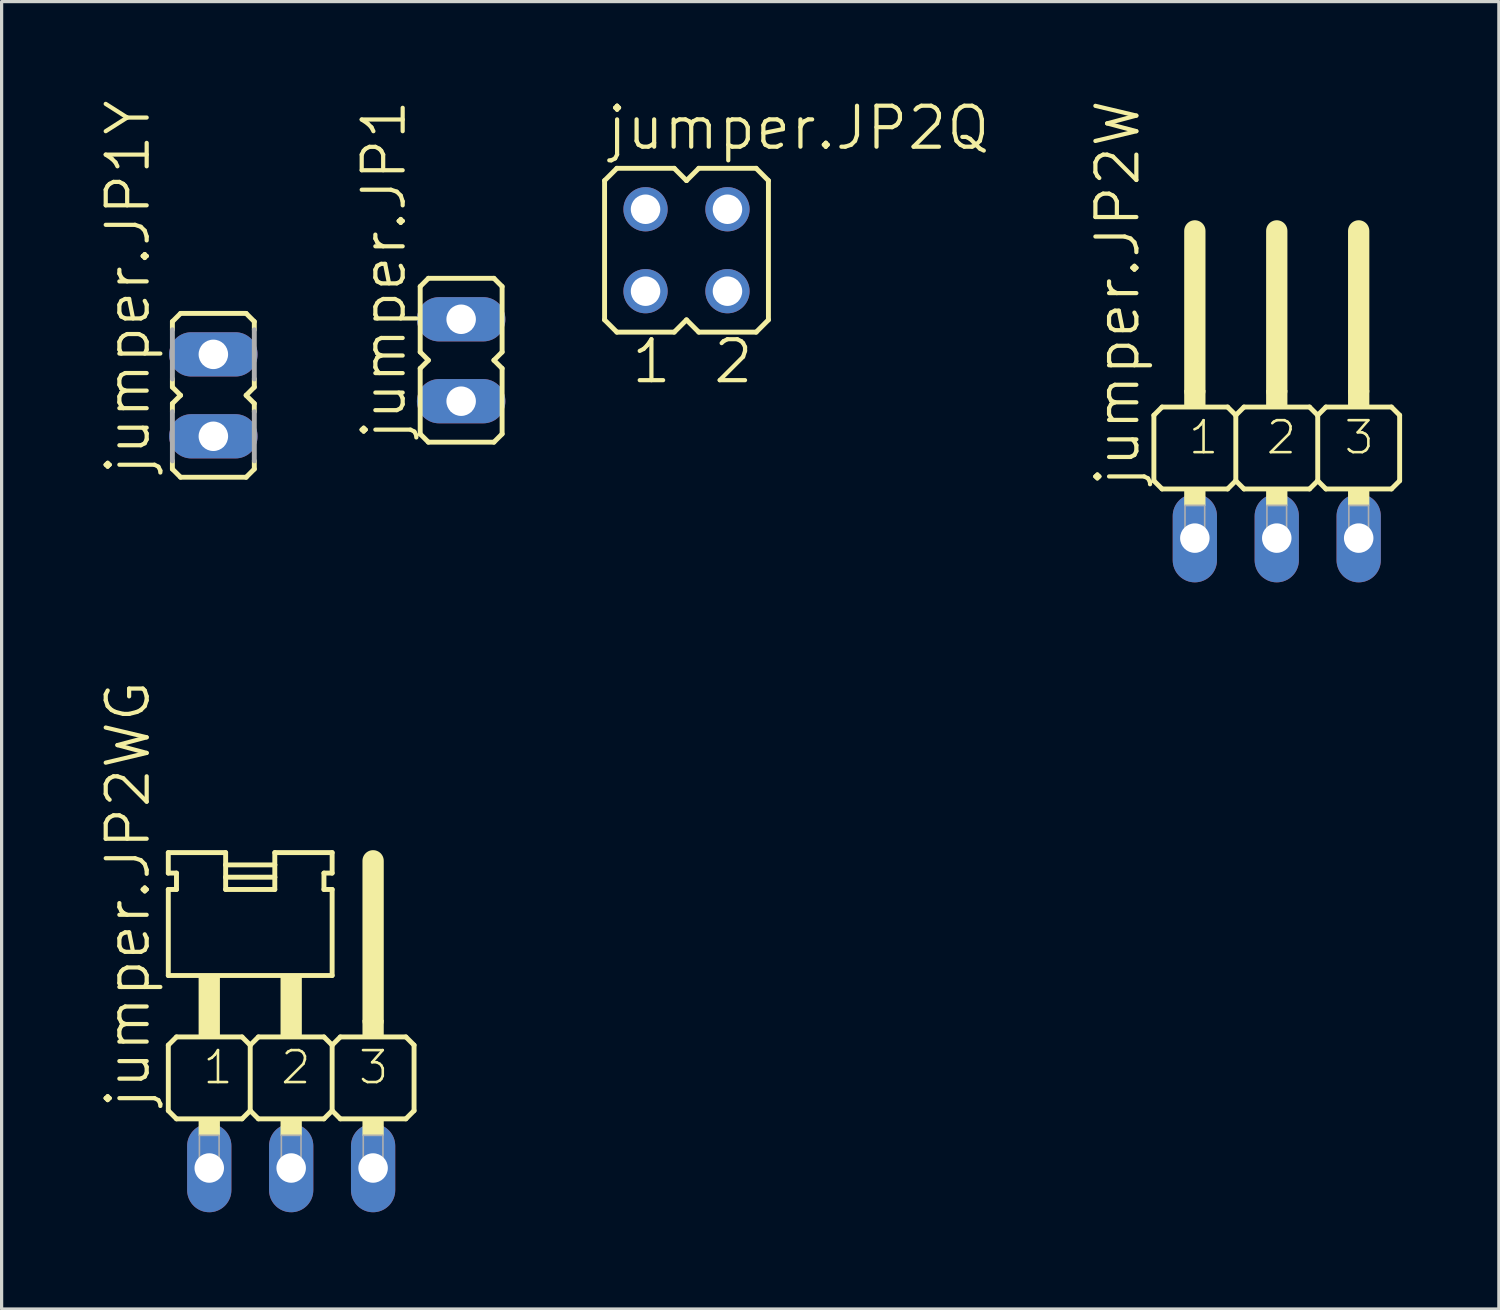
<source format=kicad_pcb>
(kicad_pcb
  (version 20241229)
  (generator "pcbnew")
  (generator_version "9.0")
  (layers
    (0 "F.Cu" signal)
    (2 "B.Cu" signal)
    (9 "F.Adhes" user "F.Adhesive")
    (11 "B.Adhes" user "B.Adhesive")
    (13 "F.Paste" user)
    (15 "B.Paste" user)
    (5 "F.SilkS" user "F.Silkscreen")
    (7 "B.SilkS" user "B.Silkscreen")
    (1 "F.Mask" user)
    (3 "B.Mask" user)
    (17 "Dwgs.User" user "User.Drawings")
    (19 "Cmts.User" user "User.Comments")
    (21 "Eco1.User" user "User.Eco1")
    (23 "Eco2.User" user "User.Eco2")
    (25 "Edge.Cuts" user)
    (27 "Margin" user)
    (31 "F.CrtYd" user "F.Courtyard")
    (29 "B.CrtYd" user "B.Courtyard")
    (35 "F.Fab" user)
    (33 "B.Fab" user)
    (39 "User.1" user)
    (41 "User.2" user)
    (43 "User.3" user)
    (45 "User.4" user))
  (footprint "jumper.JP1Y"
    (layer "F.Cu")
    (at 3.565 9.207)
    (property "Reference" "jumper.JP1Y" (at -1.905 2.54 90) (layer "F.SilkS") (effects (font (size 1.27 1.27) (thickness 0.13)) (justify left bottom)))
    (attr through_hole)
    (fp_line (start -1.27 -2.286) (end -1.27 -2.032) (stroke (width 0.152) (type default)) (layer "F.SilkS"))
    (fp_line (start -1.27 -2.286) (end -1.016 -2.54) (stroke (width 0.152) (type default)) (layer "F.SilkS"))
    (fp_line (start -1.27 -0.254) (end -1.27 -0.508) (stroke (width 0.152) (type default)) (layer "F.SilkS"))
    (fp_line (start -1.27 0.254) (end -1.27 0.508) (stroke (width 0.152) (type default)) (layer "F.SilkS"))
    (fp_line (start -1.27 2.032) (end -1.27 2.286) (stroke (width 0.152) (type default)) (layer "F.SilkS"))
    (fp_line (start -1.016 0) (end -1.27 -0.254) (stroke (width 0.152) (type default)) (layer "F.SilkS"))
    (fp_line (start -1.016 0) (end -1.27 0.254) (stroke (width 0.152) (type default)) (layer "F.SilkS"))
    (fp_line (start -1.016 2.54) (end -1.27 2.286) (stroke (width 0.152) (type default)) (layer "F.SilkS"))
    (fp_line (start -1.016 2.54) (end 1.016 2.54) (stroke (width 0.152) (type default)) (layer "F.SilkS"))
    (fp_line (start 1.016 -2.54) (end -1.016 -2.54) (stroke (width 0.152) (type default)) (layer "F.SilkS"))
    (fp_line (start 1.016 0) (end 1.27 -0.254) (stroke (width 0.152) (type default)) (layer "F.SilkS"))
    (fp_line (start 1.016 0) (end 1.27 0.254) (stroke (width 0.152) (type default)) (layer "F.SilkS"))
    (fp_line (start 1.016 2.54) (end 1.27 2.286) (stroke (width 0.152) (type default)) (layer "F.SilkS"))
    (fp_line (start 1.27 -2.286) (end 1.016 -2.54) (stroke (width 0.152) (type default)) (layer "F.SilkS"))
    (fp_line (start 1.27 -2.286) (end 1.27 -2.032) (stroke (width 0.152) (type default)) (layer "F.SilkS"))
    (fp_line (start 1.27 -0.254) (end 1.27 -0.508) (stroke (width 0.152) (type default)) (layer "F.SilkS"))
    (fp_line (start 1.27 0.254) (end 1.27 0.508) (stroke (width 0.152) (type default)) (layer "F.SilkS"))
    (fp_line (start 1.27 2.032) (end 1.27 2.286) (stroke (width 0.152) (type default)) (layer "F.SilkS"))
    (fp_line (start -1.27 -2.032) (end -1.27 -0.508) (stroke (width 0.152) (type default)) (layer "F.Fab"))
    (fp_line (start -1.27 0.508) (end -1.27 2.032) (stroke (width 0.152) (type default)) (layer "F.Fab"))
    (fp_line (start 1.27 -2.032) (end 1.27 -0.508) (stroke (width 0.152) (type default)) (layer "F.Fab"))
    (fp_line (start 1.27 0.508) (end 1.27 2.032) (stroke (width 0.152) (type default)) (layer "F.Fab"))
    (fp_rect (start -0.305 -0.965) (end 0.305 -1.575) (stroke (width 0.05) (type default)) (fill no) (layer "F.Fab"))
    (fp_rect (start -0.305 1.575) (end 0.305 0.965) (stroke (width 0.05) (type default)) (fill no) (layer "F.Fab"))
    (pad "1" thru_hole oval (at 0 1.27) (size 2.743 1.372) (drill 0.914) (layers "*.Cu" "*.Mask"))
    (pad "2" thru_hole oval (at 0 -1.27) (size 2.743 1.372) (drill 0.914) (layers "*.Cu" "*.Mask")))
  (footprint "jumper.JP1"
    (layer "F.Cu")
    (at 11.248 8.119)
    (property "Reference" "jumper.JP1" (at -1.651 2.54 90) (layer "F.SilkS") (effects (font (size 1.27 1.27) (thickness 0.13)) (justify left bottom)))
    (attr through_hole)
    (fp_line (start -1.27 -2.286) (end -1.27 -0.254) (stroke (width 0.152) (type default)) (layer "F.SilkS"))
    (fp_line (start -1.27 -2.286) (end -1.016 -2.54) (stroke (width 0.152) (type default)) (layer "F.SilkS"))
    (fp_line (start -1.27 0.254) (end -1.27 2.286) (stroke (width 0.152) (type default)) (layer "F.SilkS"))
    (fp_line (start -1.016 0) (end -1.27 -0.254) (stroke (width 0.152) (type default)) (layer "F.SilkS"))
    (fp_line (start -1.016 0) (end -1.27 0.254) (stroke (width 0.152) (type default)) (layer "F.SilkS"))
    (fp_line (start -1.016 2.54) (end -1.27 2.286) (stroke (width 0.152) (type default)) (layer "F.SilkS"))
    (fp_line (start -1.016 2.54) (end 1.016 2.54) (stroke (width 0.152) (type default)) (layer "F.SilkS"))
    (fp_line (start 1.016 -2.54) (end -1.016 -2.54) (stroke (width 0.152) (type default)) (layer "F.SilkS"))
    (fp_line (start 1.016 0) (end 1.27 -0.254) (stroke (width 0.152) (type default)) (layer "F.SilkS"))
    (fp_line (start 1.016 0) (end 1.27 0.254) (stroke (width 0.152) (type default)) (layer "F.SilkS"))
    (fp_line (start 1.016 2.54) (end 1.27 2.286) (stroke (width 0.152) (type default)) (layer "F.SilkS"))
    (fp_line (start 1.27 -2.286) (end 1.016 -2.54) (stroke (width 0.152) (type default)) (layer "F.SilkS"))
    (fp_line (start 1.27 -2.286) (end 1.27 -0.254) (stroke (width 0.152) (type default)) (layer "F.SilkS"))
    (fp_line (start 1.27 0.254) (end 1.27 2.286) (stroke (width 0.152) (type default)) (layer "F.SilkS"))
    (fp_rect (start -0.305 -0.965) (end 0.305 -1.575) (stroke (width 0.05) (type default)) (fill no) (layer "F.Fab"))
    (fp_rect (start -0.305 1.575) (end 0.305 0.965) (stroke (width 0.05) (type default)) (fill no) (layer "F.Fab"))
    (pad "1" thru_hole oval (at 0 1.27) (size 2.743 1.372) (drill 0.914) (layers "*.Cu" "*.Mask"))
    (pad "2" thru_hole oval (at 0 -1.27) (size 2.743 1.372) (drill 0.914) (layers "*.Cu" "*.Mask")))
  (footprint "jumper.JP2W"
    (layer "F.Cu")
    (at 36.536 12.364)
    (property "Reference" "jumper.JP2W" (at -4.191 -0.254 90) (layer "F.SilkS") (effects (font (size 1.27 1.27) (thickness 0.13)) (justify left bottom)))
    (attr through_hole)
    (fp_line (start -3.81 -2.54) (end -3.556 -2.794) (stroke (width 0.152) (type default)) (layer "F.SilkS"))
    (fp_line (start -3.81 -0.508) (end -3.81 -2.54) (stroke (width 0.152) (type default)) (layer "F.SilkS"))
    (fp_line (start -3.81 -0.508) (end -3.556 -0.254) (stroke (width 0.152) (type default)) (layer "F.SilkS"))
    (fp_line (start -2.54 -3.302) (end -2.54 -8.255) (stroke (width 0.66) (type default)) (layer "F.SilkS"))
    (fp_line (start -1.524 -2.794) (end -3.556 -2.794) (stroke (width 0.152) (type default)) (layer "F.SilkS"))
    (fp_line (start -1.524 -2.794) (end -1.27 -2.54) (stroke (width 0.152) (type default)) (layer "F.SilkS"))
    (fp_line (start -1.524 -0.254) (end -3.556 -0.254) (stroke (width 0.152) (type default)) (layer "F.SilkS"))
    (fp_line (start -1.524 -0.254) (end -1.27 -0.508) (stroke (width 0.152) (type default)) (layer "F.SilkS"))
    (fp_line (start -1.27 -2.54) (end -1.016 -2.794) (stroke (width 0.152) (type default)) (layer "F.SilkS"))
    (fp_line (start -1.27 -0.508) (end -1.27 -2.54) (stroke (width 0.152) (type default)) (layer "F.SilkS"))
    (fp_line (start -1.27 -0.508) (end -1.016 -0.254) (stroke (width 0.152) (type default)) (layer "F.SilkS"))
    (fp_line (start 0 -3.302) (end 0 -8.255) (stroke (width 0.66) (type default)) (layer "F.SilkS"))
    (fp_line (start 1.016 -2.794) (end -1.016 -2.794) (stroke (width 0.152) (type default)) (layer "F.SilkS"))
    (fp_line (start 1.016 -2.794) (end 1.27 -2.54) (stroke (width 0.152) (type default)) (layer "F.SilkS"))
    (fp_line (start 1.016 -0.254) (end -1.016 -0.254) (stroke (width 0.152) (type default)) (layer "F.SilkS"))
    (fp_line (start 1.016 -0.254) (end 1.27 -0.508) (stroke (width 0.152) (type default)) (layer "F.SilkS"))
    (fp_line (start 1.27 -2.54) (end 1.524 -2.794) (stroke (width 0.152) (type default)) (layer "F.SilkS"))
    (fp_line (start 1.27 -0.508) (end 1.27 -2.54) (stroke (width 0.152) (type default)) (layer "F.SilkS"))
    (fp_line (start 1.27 -0.508) (end 1.524 -0.254) (stroke (width 0.152) (type default)) (layer "F.SilkS"))
    (fp_line (start 2.54 -3.302) (end 2.54 -8.255) (stroke (width 0.66) (type default)) (layer "F.SilkS"))
    (fp_line (start 3.556 -2.794) (end 1.524 -2.794) (stroke (width 0.152) (type default)) (layer "F.SilkS"))
    (fp_line (start 3.556 -2.794) (end 3.81 -2.54) (stroke (width 0.152) (type default)) (layer "F.SilkS"))
    (fp_line (start 3.556 -0.254) (end 1.524 -0.254) (stroke (width 0.152) (type default)) (layer "F.SilkS"))
    (fp_line (start 3.556 -0.254) (end 3.81 -0.508) (stroke (width 0.152) (type default)) (layer "F.SilkS"))
    (fp_line (start 3.81 -2.54) (end 3.81 -0.508) (stroke (width 0.152) (type default)) (layer "F.SilkS"))
    (fp_rect (start -2.845 -2.794) (end -2.235 -3.302) (stroke (width 0.05) (type default)) (fill yes) (layer "F.SilkS"))
    (fp_rect (start -2.845 0.254) (end -2.235 -0.254) (stroke (width 0.05) (type default)) (fill yes) (layer "F.SilkS"))
    (fp_rect (start -0.305 -2.794) (end 0.305 -3.302) (stroke (width 0.05) (type default)) (fill yes) (layer "F.SilkS"))
    (fp_rect (start -0.305 0.254) (end 0.305 -0.254) (stroke (width 0.05) (type default)) (fill yes) (layer "F.SilkS"))
    (fp_rect (start 2.235 -2.794) (end 2.845 -3.302) (stroke (width 0.05) (type default)) (fill yes) (layer "F.SilkS"))
    (fp_rect (start 2.235 0.254) (end 2.845 -0.254) (stroke (width 0.05) (type default)) (fill yes) (layer "F.SilkS"))
    (fp_rect (start -2.845 1.524) (end -2.235 0.254) (stroke (width 0.05) (type default)) (fill no) (layer "F.Fab"))
    (fp_rect (start -0.305 1.524) (end 0.305 0.254) (stroke (width 0.05) (type default)) (fill no) (layer "F.Fab"))
    (fp_rect (start 2.235 1.524) (end 2.845 0.254) (stroke (width 0.05) (type default)) (fill no) (layer "F.Fab"))
    (fp_text user "3" (at 2.032 -1.27 0) (layer "F.SilkS") (effects (font (size 0.991 0.991) (thickness 0.08)) (justify left bottom)))
    (fp_text user "1" (at -2.794 -1.27 0) (layer "F.SilkS") (effects (font (size 0.991 0.991) (thickness 0.08)) (justify left bottom)))
    (fp_text user "2" (at -0.381 -1.27 0) (layer "F.SilkS") (effects (font (size 0.991 0.991) (thickness 0.08)) (justify left bottom)))
    (pad "1" thru_hole oval (at -2.54 1.27 90) (size 2.743 1.372) (drill 0.914) (layers "*.Cu" "*.Mask"))
    (pad "2" thru_hole oval (at 0 1.27 90) (size 2.743 1.372) (drill 0.914) (layers "*.Cu" "*.Mask"))
    (pad "3" thru_hole oval (at 2.54 1.27 90) (size 2.743 1.372) (drill 0.914) (layers "*.Cu" "*.Mask")))
  (footprint "jumper.JP2WG"
    (layer "F.Cu")
    (at 5.978 30.624)
    (property "Reference" "jumper.JP2WG" (at -4.318 0.762 90) (layer "F.SilkS") (effects (font (size 1.27 1.27) (thickness 0.13)) (justify left bottom)))
    (attr through_hole)
    (fp_line (start -3.81 -7.239) (end -3.81 -6.604) (stroke (width 0.152) (type default)) (layer "F.SilkS"))
    (fp_line (start -3.81 -7.239) (end -2.032 -7.239) (stroke (width 0.152) (type default)) (layer "F.SilkS"))
    (fp_line (start -3.81 -6.096) (end -3.81 -3.429) (stroke (width 0.152) (type default)) (layer "F.SilkS"))
    (fp_line (start -3.81 -6.096) (end -3.556 -6.096) (stroke (width 0.152) (type default)) (layer "F.SilkS"))
    (fp_line (start -3.81 -1.27) (end -3.556 -1.524) (stroke (width 0.152) (type default)) (layer "F.SilkS"))
    (fp_line (start -3.81 0.762) (end -3.81 -1.27) (stroke (width 0.152) (type default)) (layer "F.SilkS"))
    (fp_line (start -3.81 0.762) (end -3.556 1.016) (stroke (width 0.152) (type default)) (layer "F.SilkS"))
    (fp_line (start -3.556 -6.604) (end -3.81 -6.604) (stroke (width 0.152) (type default)) (layer "F.SilkS"))
    (fp_line (start -3.556 -6.604) (end -3.556 -6.096) (stroke (width 0.152) (type default)) (layer "F.SilkS"))
    (fp_line (start -2.032 -7.239) (end -2.032 -6.858) (stroke (width 0.152) (type default)) (layer "F.SilkS"))
    (fp_line (start -2.032 -6.858) (end -2.032 -6.477) (stroke (width 0.152) (type default)) (layer "F.SilkS"))
    (fp_line (start -2.032 -6.858) (end -0.508 -6.858) (stroke (width 0.152) (type default)) (layer "F.SilkS"))
    (fp_line (start -2.032 -6.477) (end -2.032 -6.096) (stroke (width 0.152) (type default)) (layer "F.SilkS"))
    (fp_line (start -2.032 -6.477) (end -0.508 -6.477) (stroke (width 0.152) (type default)) (layer "F.SilkS"))
    (fp_line (start -2.032 -6.096) (end -0.508 -6.096) (stroke (width 0.152) (type default)) (layer "F.SilkS"))
    (fp_line (start -1.524 -1.524) (end -3.556 -1.524) (stroke (width 0.152) (type default)) (layer "F.SilkS"))
    (fp_line (start -1.524 -1.524) (end -1.27 -1.27) (stroke (width 0.152) (type default)) (layer "F.SilkS"))
    (fp_line (start -1.524 1.016) (end -3.556 1.016) (stroke (width 0.152) (type default)) (layer "F.SilkS"))
    (fp_line (start -1.524 1.016) (end -1.27 0.762) (stroke (width 0.152) (type default)) (layer "F.SilkS"))
    (fp_line (start -1.27 -1.27) (end -1.016 -1.524) (stroke (width 0.152) (type default)) (layer "F.SilkS"))
    (fp_line (start -1.27 0.762) (end -1.27 -1.27) (stroke (width 0.152) (type default)) (layer "F.SilkS"))
    (fp_line (start -1.27 0.762) (end -1.016 1.016) (stroke (width 0.152) (type default)) (layer "F.SilkS"))
    (fp_line (start -0.508 -7.239) (end 1.27 -7.239) (stroke (width 0.152) (type default)) (layer "F.SilkS"))
    (fp_line (start -0.508 -6.858) (end -0.508 -7.239) (stroke (width 0.152) (type default)) (layer "F.SilkS"))
    (fp_line (start -0.508 -6.858) (end -0.508 -6.477) (stroke (width 0.152) (type default)) (layer "F.SilkS"))
    (fp_line (start -0.508 -6.477) (end -0.508 -6.096) (stroke (width 0.152) (type default)) (layer "F.SilkS"))
    (fp_line (start 1.016 -6.604) (end 1.016 -6.096) (stroke (width 0.152) (type default)) (layer "F.SilkS"))
    (fp_line (start 1.016 -6.604) (end 1.27 -6.604) (stroke (width 0.152) (type default)) (layer "F.SilkS"))
    (fp_line (start 1.016 -1.524) (end -1.016 -1.524) (stroke (width 0.152) (type default)) (layer "F.SilkS"))
    (fp_line (start 1.016 -1.524) (end 1.27 -1.27) (stroke (width 0.152) (type default)) (layer "F.SilkS"))
    (fp_line (start 1.016 1.016) (end -1.016 1.016) (stroke (width 0.152) (type default)) (layer "F.SilkS"))
    (fp_line (start 1.016 1.016) (end 1.27 0.762) (stroke (width 0.152) (type default)) (layer "F.SilkS"))
    (fp_line (start 1.27 -7.239) (end 1.27 -6.604) (stroke (width 0.152) (type default)) (layer "F.SilkS"))
    (fp_line (start 1.27 -6.096) (end 1.016 -6.096) (stroke (width 0.152) (type default)) (layer "F.SilkS"))
    (fp_line (start 1.27 -6.096) (end 1.27 -3.429) (stroke (width 0.152) (type default)) (layer "F.SilkS"))
    (fp_line (start 1.27 -3.429) (end -3.81 -3.429) (stroke (width 0.152) (type default)) (layer "F.SilkS"))
    (fp_line (start 1.27 -1.27) (end 1.524 -1.524) (stroke (width 0.152) (type default)) (layer "F.SilkS"))
    (fp_line (start 1.27 0.762) (end 1.27 -1.27) (stroke (width 0.152) (type default)) (layer "F.SilkS"))
    (fp_line (start 1.27 0.762) (end 1.524 1.016) (stroke (width 0.152) (type default)) (layer "F.SilkS"))
    (fp_line (start 2.54 -2.032) (end 2.54 -6.985) (stroke (width 0.66) (type default)) (layer "F.SilkS"))
    (fp_line (start 3.556 -1.524) (end 1.524 -1.524) (stroke (width 0.152) (type default)) (layer "F.SilkS"))
    (fp_line (start 3.556 -1.524) (end 3.81 -1.27) (stroke (width 0.152) (type default)) (layer "F.SilkS"))
    (fp_line (start 3.556 1.016) (end 1.524 1.016) (stroke (width 0.152) (type default)) (layer "F.SilkS"))
    (fp_line (start 3.556 1.016) (end 3.81 0.762) (stroke (width 0.152) (type default)) (layer "F.SilkS"))
    (fp_line (start 3.81 -1.27) (end 3.81 0.762) (stroke (width 0.152) (type default)) (layer "F.SilkS"))
    (fp_rect (start -2.845 -1.524) (end -2.235 -3.429) (stroke (width 0.05) (type default)) (fill yes) (layer "F.SilkS"))
    (fp_rect (start -2.845 1.524) (end -2.235 1.016) (stroke (width 0.05) (type default)) (fill yes) (layer "F.SilkS"))
    (fp_rect (start -0.305 -1.524) (end 0.305 -3.429) (stroke (width 0.05) (type default)) (fill yes) (layer "F.SilkS"))
    (fp_rect (start -0.305 1.524) (end 0.305 1.016) (stroke (width 0.05) (type default)) (fill yes) (layer "F.SilkS"))
    (fp_rect (start 2.235 -1.524) (end 2.845 -2.032) (stroke (width 0.05) (type default)) (fill yes) (layer "F.SilkS"))
    (fp_rect (start 2.235 1.524) (end 2.845 1.016) (stroke (width 0.05) (type default)) (fill yes) (layer "F.SilkS"))
    (fp_rect (start -2.845 2.794) (end -2.235 1.524) (stroke (width 0.05) (type default)) (fill no) (layer "F.Fab"))
    (fp_rect (start -0.305 2.794) (end 0.305 1.524) (stroke (width 0.05) (type default)) (fill no) (layer "F.Fab"))
    (fp_rect (start 2.235 2.794) (end 2.845 1.524) (stroke (width 0.05) (type default)) (fill no) (layer "F.Fab"))
    (fp_text user "3" (at 2.032 0 0) (layer "F.SilkS") (effects (font (size 0.991 0.991) (thickness 0.08)) (justify left bottom)))
    (fp_text user "1" (at -2.794 0 0) (layer "F.SilkS") (effects (font (size 0.991 0.991) (thickness 0.08)) (justify left bottom)))
    (fp_text user "2" (at -0.381 0 0) (layer "F.SilkS") (effects (font (size 0.991 0.991) (thickness 0.08)) (justify left bottom)))
    (pad "1" thru_hole oval (at -2.54 2.54 90) (size 2.743 1.372) (drill 0.914) (layers "*.Cu" "*.Mask"))
    (pad "2" thru_hole oval (at 0 2.54 90) (size 2.743 1.372) (drill 0.914) (layers "*.Cu" "*.Mask"))
    (pad "3" thru_hole oval (at 2.54 2.54 90) (size 2.743 1.372) (drill 0.914) (layers "*.Cu" "*.Mask")))
  (footprint "jumper.JP2Q"
    (layer "F.Cu")
    (at 18.235 4.708)
    (property "Reference" "jumper.JP2Q" (at -2.54 -3.048 0) (layer "F.SilkS") (effects (font (size 1.27 1.27) (thickness 0.13)) (justify left bottom)))
    (attr through_hole)
    (fp_line (start -2.54 -2.159) (end -2.159 -2.54) (stroke (width 0.152) (type default)) (layer "F.SilkS"))
    (fp_line (start -2.54 2.159) (end -2.54 -2.159) (stroke (width 0.152) (type default)) (layer "F.SilkS"))
    (fp_line (start -2.54 2.159) (end -2.159 2.54) (stroke (width 0.152) (type default)) (layer "F.SilkS"))
    (fp_line (start -2.159 -2.54) (end -0.381 -2.54) (stroke (width 0.152) (type default)) (layer "F.SilkS"))
    (fp_line (start -2.159 2.54) (end -0.381 2.54) (stroke (width 0.152) (type default)) (layer "F.SilkS"))
    (fp_line (start -0.381 -2.54) (end 0 -2.159) (stroke (width 0.152) (type default)) (layer "F.SilkS"))
    (fp_line (start 0 -2.159) (end 0.381 -2.54) (stroke (width 0.152) (type default)) (layer "F.SilkS"))
    (fp_line (start 0 2.159) (end -0.381 2.54) (stroke (width 0.152) (type default)) (layer "F.SilkS"))
    (fp_line (start 0 2.159) (end 0.381 2.54) (stroke (width 0.152) (type default)) (layer "F.SilkS"))
    (fp_line (start 0.381 -2.54) (end 2.159 -2.54) (stroke (width 0.152) (type default)) (layer "F.SilkS"))
    (fp_line (start 2.159 2.54) (end 0.381 2.54) (stroke (width 0.152) (type default)) (layer "F.SilkS"))
    (fp_line (start 2.54 -2.159) (end 2.159 -2.54) (stroke (width 0.152) (type default)) (layer "F.SilkS"))
    (fp_line (start 2.54 -2.159) (end 2.54 2.159) (stroke (width 0.152) (type default)) (layer "F.SilkS"))
    (fp_line (start 2.54 2.159) (end 2.159 2.54) (stroke (width 0.152) (type default)) (layer "F.SilkS"))
    (fp_rect (start -1.575 -0.965) (end -0.965 -1.575) (stroke (width 0.05) (type default)) (fill no) (layer "F.Fab"))
    (fp_rect (start -1.575 1.575) (end -0.965 0.965) (stroke (width 0.05) (type default)) (fill no) (layer "F.Fab"))
    (fp_rect (start 0.965 -0.965) (end 1.575 -1.575) (stroke (width 0.05) (type default)) (fill no) (layer "F.Fab"))
    (fp_rect (start 0.965 1.575) (end 1.575 0.965) (stroke (width 0.05) (type default)) (fill no) (layer "F.Fab"))
    (fp_text user "1" (at -1.778 4.191 0) (layer "F.SilkS") (effects (font (size 1.27 1.27) (thickness 0.13)) (justify left bottom)))
    (fp_text user "2" (at 0.762 4.191 0) (layer "F.SilkS") (effects (font (size 1.27 1.27) (thickness 0.13)) (justify left bottom)))
    (pad "1" thru_hole circle (at -1.27 1.27) (size 1.372 1.372) (drill 0.914) (layers "*.Cu" "*.Mask"))
    (pad "2" thru_hole circle (at -1.27 -1.27) (size 1.372 1.372) (drill 0.914) (layers "*.Cu" "*.Mask"))
    (pad "3" thru_hole circle (at 1.27 1.27) (size 1.372 1.372) (drill 0.914) (layers "*.Cu" "*.Mask"))
    (pad "4" thru_hole circle (at 1.27 -1.27) (size 1.372 1.372) (drill 0.914) (layers "*.Cu" "*.Mask")))
  (gr_rect
    (start -3 -3)
    (end 43.422 37.536)
    (stroke (width 0.1) (type default))
    (fill no)
    (layer "Edge.Cuts")))
</source>
